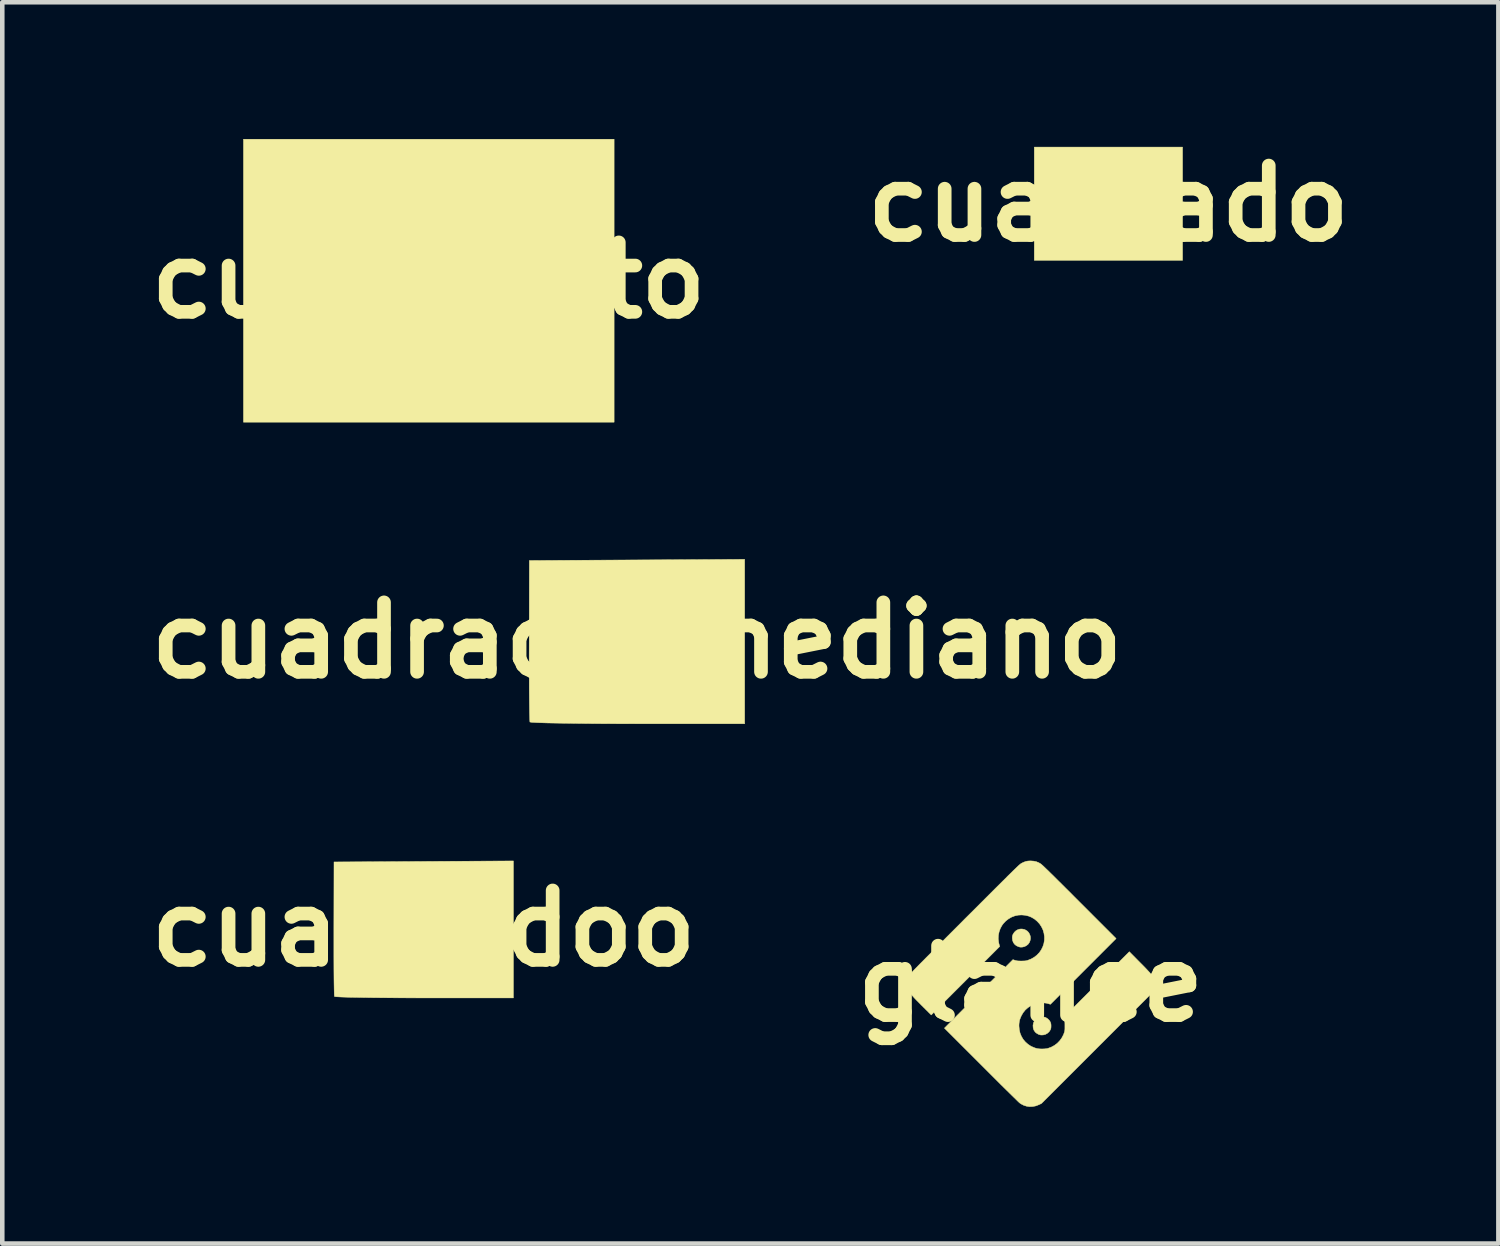
<source format=kicad_pcb>
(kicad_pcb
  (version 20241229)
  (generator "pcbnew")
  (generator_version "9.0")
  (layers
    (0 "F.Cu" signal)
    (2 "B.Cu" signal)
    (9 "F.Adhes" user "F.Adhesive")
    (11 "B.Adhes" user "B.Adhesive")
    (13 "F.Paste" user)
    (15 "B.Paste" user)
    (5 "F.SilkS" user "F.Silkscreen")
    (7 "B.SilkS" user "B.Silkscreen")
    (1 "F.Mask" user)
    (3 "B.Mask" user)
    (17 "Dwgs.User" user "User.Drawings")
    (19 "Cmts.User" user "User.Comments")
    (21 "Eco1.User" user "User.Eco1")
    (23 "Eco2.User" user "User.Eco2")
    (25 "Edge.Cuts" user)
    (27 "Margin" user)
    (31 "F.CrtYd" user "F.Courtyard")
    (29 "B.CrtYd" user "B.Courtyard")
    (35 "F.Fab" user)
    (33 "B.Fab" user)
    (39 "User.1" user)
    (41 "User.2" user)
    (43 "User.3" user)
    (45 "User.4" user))
  (footprint "glance"
    (layer "F.Cu")
    (at 19.568 18.538)
    (property "Reference" "glance" (at 0 0 0) (layer "F.SilkS") (effects (font (size 1.524 1.524) (thickness 0.3))))
    (attr through_hole)
    (fp_poly (pts (xy -0.142 -1.192) (xy -0.12 -1.183) (xy -0.079 -1.159) (xy -0.046 -1.126) (xy -0.023 -1.087) (xy -0.008 -1.045) (xy -0.003 -1) (xy -0.009 -0.956) (xy -0.024 -0.912) (xy -0.05 -0.873) (xy -0.061 -0.861) (xy -0.098 -0.833) (xy -0.14 -0.813) (xy -0.186 -0.803) (xy -0.231 -0.803) (xy -0.265 -0.812) (xy -0.313 -0.834) (xy -0.351 -0.865) (xy -0.379 -0.903) (xy -0.396 -0.948) (xy -0.403 -1) (xy -0.403 -1.003) (xy -0.402 -1.032) (xy -0.398 -1.054) (xy -0.391 -1.075) (xy -0.385 -1.087) (xy -0.358 -1.129) (xy -0.323 -1.162) (xy -0.283 -1.185) (xy -0.237 -1.199) (xy -0.19 -1.201) (xy -0.142 -1.192)) (stroke (width 0.01) (type solid)) (fill yes) (layer "F.SilkS"))
    (fp_poly (pts (xy 0.288 0.729) (xy 0.326 0.74) (xy 0.331 0.742) (xy 0.375 0.77) (xy 0.41 0.805) (xy 0.43 0.837) (xy 0.439 0.858) (xy 0.444 0.876) (xy 0.447 0.898) (xy 0.448 0.927) (xy 0.448 0.927) (xy 0.447 0.958) (xy 0.444 0.98) (xy 0.438 0.999) (xy 0.432 1.013) (xy 0.405 1.054) (xy 0.369 1.087) (xy 0.327 1.111) (xy 0.28 1.124) (xy 0.231 1.126) (xy 0.215 1.124) (xy 0.177 1.113) (xy 0.14 1.093) (xy 0.108 1.069) (xy 0.098 1.058) (xy 0.071 1.018) (xy 0.056 0.972) (xy 0.052 0.921) (xy 0.052 0.914) (xy 0.061 0.864) (xy 0.081 0.819) (xy 0.111 0.782) (xy 0.151 0.752) (xy 0.164 0.745) (xy 0.202 0.732) (xy 0.245 0.726) (xy 0.288 0.729)) (stroke (width 0.01) (type solid)) (fill yes) (layer "F.SilkS"))
    (fp_poly (pts (xy 0.068 -2.69) (xy 0.127 -2.677) (xy 0.181 -2.654) (xy 0.224 -2.629) (xy 0.232 -2.622) (xy 0.245 -2.611) (xy 0.263 -2.595) (xy 0.287 -2.573) (xy 0.315 -2.546) (xy 0.349 -2.513) (xy 0.39 -2.474) (xy 0.436 -2.428) (xy 0.49 -2.376) (xy 0.55 -2.316) (xy 0.617 -2.249) (xy 0.692 -2.175) (xy 0.774 -2.093) (xy 0.865 -2.003) (xy 0.963 -1.904) (xy 1.071 -1.796) (xy 1.073 -1.794) (xy 1.876 -0.991) (xy 0.434 0.452) (xy 0.39 0.438) (xy 0.344 0.427) (xy 0.291 0.421) (xy 0.235 0.42) (xy 0.182 0.424) (xy 0.152 0.428) (xy 0.076 0.45) (xy 0.005 0.482) (xy -0.059 0.525) (xy -0.117 0.576) (xy -0.165 0.636) (xy -0.203 0.701) (xy -0.225 0.751) (xy -0.241 0.796) (xy -0.25 0.84) (xy -0.255 0.887) (xy -0.256 0.927) (xy -0.249 1.008) (xy -0.232 1.084) (xy -0.203 1.155) (xy -0.164 1.221) (xy -0.115 1.279) (xy -0.057 1.33) (xy 0.008 1.373) (xy 0.082 1.405) (xy 0.119 1.417) (xy 0.158 1.426) (xy 0.206 1.431) (xy 0.256 1.432) (xy 0.306 1.43) (xy 0.351 1.425) (xy 0.375 1.42) (xy 0.451 1.393) (xy 0.521 1.355) (xy 0.584 1.308) (xy 0.639 1.251) (xy 0.686 1.186) (xy 0.723 1.114) (xy 0.734 1.083) (xy 0.741 1.063) (xy 0.746 1.046) (xy 0.749 1.028) (xy 0.751 1.008) (xy 0.752 0.982) (xy 0.752 0.947) (xy 0.752 0.927) (xy 0.752 0.886) (xy 0.751 0.855) (xy 0.75 0.832) (xy 0.747 0.813) (xy 0.743 0.796) (xy 0.738 0.781) (xy 0.724 0.74) (xy 2.166 -0.702) (xy 2.392 -0.473) (xy 2.454 -0.411) (xy 2.506 -0.358) (xy 2.549 -0.313) (xy 2.584 -0.275) (xy 2.611 -0.246) (xy 2.629 -0.224) (xy 2.64 -0.209) (xy 2.64 -0.208) (xy 2.672 -0.143) (xy 2.691 -0.075) (xy 2.698 -0.005) (xy 2.692 0.065) (xy 2.674 0.134) (xy 2.654 0.184) (xy 2.628 0.238) (xy 0.238 2.628) (xy 0.184 2.654) (xy 0.116 2.681) (xy 0.046 2.695) (xy -0.024 2.698) (xy -0.086 2.689) (xy -0.148 2.67) (xy -0.208 2.639) (xy -0.237 2.62) (xy -0.246 2.612) (xy -0.263 2.597) (xy -0.288 2.573) (xy -0.32 2.541) (xy -0.36 2.502) (xy -0.406 2.457) (xy -0.459 2.405) (xy -0.517 2.348) (xy -0.58 2.286) (xy -0.648 2.219) (xy -0.72 2.147) (xy -0.795 2.072) (xy -0.874 1.993) (xy -0.956 1.911) (xy -1.04 1.827) (xy -1.084 1.783) (xy -1.892 0.975) (xy -1.141 0.223) (xy -0.389 -0.528) (xy -0.342 -0.513) (xy -0.321 -0.507) (xy -0.301 -0.503) (xy -0.278 -0.5) (xy -0.251 -0.499) (xy -0.214 -0.498) (xy -0.203 -0.498) (xy -0.164 -0.499) (xy -0.134 -0.5) (xy -0.111 -0.502) (xy -0.09 -0.506) (xy -0.069 -0.512) (xy -0.064 -0.513) (xy 0.012 -0.543) (xy 0.08 -0.582) (xy 0.14 -0.63) (xy 0.192 -0.684) (xy 0.234 -0.745) (xy 0.267 -0.812) (xy 0.29 -0.882) (xy 0.302 -0.955) (xy 0.303 -1.031) (xy 0.292 -1.108) (xy 0.271 -1.181) (xy 0.238 -1.25) (xy 0.196 -1.313) (xy 0.144 -1.37) (xy 0.085 -1.419) (xy 0.019 -1.458) (xy -0.041 -1.483) (xy -0.118 -1.502) (xy -0.196 -1.509) (xy -0.272 -1.505) (xy -0.347 -1.489) (xy -0.418 -1.462) (xy -0.484 -1.424) (xy -0.545 -1.377) (xy -0.599 -1.32) (xy -0.629 -1.279) (xy -0.666 -1.211) (xy -0.692 -1.138) (xy -0.707 -1.062) (xy -0.711 -0.984) (xy -0.702 -0.907) (xy -0.692 -0.864) (xy -0.679 -0.817) (xy -1.43 -0.065) (xy -2.181 0.686) (xy -2.39 0.478) (xy -2.445 0.422) (xy -2.493 0.374) (xy -2.533 0.333) (xy -2.566 0.297) (xy -2.593 0.267) (xy -2.615 0.241) (xy -2.632 0.217) (xy -2.646 0.196) (xy -2.657 0.175) (xy -2.666 0.155) (xy -2.674 0.134) (xy -2.677 0.125) (xy -2.686 0.097) (xy -2.691 0.072) (xy -2.694 0.044) (xy -2.695 0.01) (xy -2.695 0.003) (xy -2.694 -0.042) (xy -2.689 -0.081) (xy -2.679 -0.118) (xy -2.664 -0.156) (xy -2.646 -0.194) (xy -2.644 -0.199) (xy -2.641 -0.204) (xy -2.637 -0.21) (xy -2.632 -0.217) (xy -2.626 -0.225) (xy -2.619 -0.234) (xy -2.61 -0.245) (xy -2.598 -0.258) (xy -2.584 -0.273) (xy -2.567 -0.292) (xy -2.547 -0.313) (xy -2.523 -0.338) (xy -2.495 -0.366) (xy -2.463 -0.399) (xy -2.427 -0.436) (xy -2.386 -0.477) (xy -2.339 -0.524) (xy -2.288 -0.576) (xy -2.23 -0.634) (xy -2.166 -0.698) (xy -2.096 -0.769) (xy -2.019 -0.846) (xy -1.934 -0.93) (xy -1.843 -1.022) (xy -1.743 -1.122) (xy -1.636 -1.229) (xy -1.52 -1.345) (xy -1.433 -1.433) (xy -1.31 -1.555) (xy -1.197 -1.668) (xy -1.092 -1.773) (xy -0.995 -1.87) (xy -0.905 -1.96) (xy -0.823 -2.042) (xy -0.748 -2.117) (xy -0.679 -2.185) (xy -0.617 -2.247) (xy -0.56 -2.303) (xy -0.51 -2.354) (xy -0.465 -2.398) (xy -0.424 -2.438) (xy -0.389 -2.473) (xy -0.357 -2.504) (xy -0.33 -2.53) (xy -0.306 -2.553) (xy -0.286 -2.572) (xy -0.269 -2.588) (xy -0.254 -2.602) (xy -0.241 -2.613) (xy -0.231 -2.621) (xy -0.222 -2.628) (xy -0.215 -2.634) (xy -0.209 -2.638) (xy -0.203 -2.642) (xy -0.197 -2.644) (xy -0.194 -2.646) (xy -0.15 -2.667) (xy -0.112 -2.681) (xy -0.075 -2.69) (xy -0.036 -2.694) (xy 0.003 -2.695) (xy 0.068 -2.69)) (stroke (width 0.01) (type solid)) (fill yes) (layer "F.SilkS")))
  (footprint "cuadrado"
    (layer "F.Cu")
    (at 21.274 1.418)
    (property "Reference" "cuadrado" (at 0 0 0) (layer "F.SilkS") (effects (font (size 1.524 1.524) (thickness 0.3))))
    (attr through_hole)
    (fp_poly (pts (xy 1.628 1.245) (xy -1.626 1.245) (xy -1.626 -1.24) (xy 1.628 -1.24) (xy 1.628 1.245)) (stroke (width 0.01) (type solid)) (fill yes) (layer "F.SilkS")))
  (footprint "cuadrado_mediano"
    (layer "F.Cu")
    (at 10.929 11.004)
    (property "Reference" "cuadrado_mediano" (at 0 0 0) (layer "F.SilkS") (effects (font (size 1.524 1.524) (thickness 0.3))))
    (attr through_hole)
    (fp_poly (pts (xy 2.363 1.829) (xy 0.016 1.829) (xy -0.462 1.828) (xy -0.909 1.826) (xy -1.313 1.822) (xy -1.665 1.817) (xy -1.955 1.812) (xy -2.172 1.805) (xy -2.307 1.798) (xy -2.35 1.791) (xy -2.354 1.733) (xy -2.358 1.585) (xy -2.361 1.359) (xy -2.364 1.068) (xy -2.365 0.723) (xy -2.366 0.336) (xy -2.365 0) (xy -2.362 -1.753) (xy 0.000178 -1.766) (xy 2.363 -1.779) (xy 2.363 1.829)) (stroke (width 0.01) (type solid)) (fill yes) (layer "F.SilkS")))
  (footprint "cuadradoo"
    (layer "F.Cu")
    (at 6.248 17.326)
    (property "Reference" "cuadradoo" (at 0 0 0) (layer "F.SilkS") (effects (font (size 1.524 1.524) (thickness 0.3))))
    (attr through_hole)
    (fp_poly (pts (xy 1.969 1.524) (xy 0.013 1.524) (xy -0.385 1.523) (xy -0.757 1.521) (xy -1.094 1.518) (xy -1.387 1.514) (xy -1.629 1.51) (xy -1.81 1.504) (xy -1.923 1.498) (xy -1.958 1.492) (xy -1.962 1.444) (xy -1.965 1.321) (xy -1.968 1.133) (xy -1.97 0.89) (xy -1.971 0.602) (xy -1.971 0.28) (xy -1.971 0) (xy -1.968 -1.46) (xy 0.000149 -1.471) (xy 1.969 -1.482) (xy 1.969 1.524)) (stroke (width 0.01) (type solid)) (fill yes) (layer "F.SilkS")))
  (footprint "cuadradito"
    (layer "F.Cu")
    (at 6.357 3.104)
    (property "Reference" "cuadradito" (at 0 0 0) (layer "F.SilkS") (effects (font (size 1.524 1.524) (thickness 0.3))))
    (attr through_hole)
    (fp_poly (pts (xy 4.07 3.111) (xy -4.064 3.111) (xy -4.064 -3.099) (xy 4.07 -3.099) (xy 4.07 3.111)) (stroke (width 0.01) (type solid)) (fill yes) (layer "F.SilkS")))
  (gr_rect
    (start -3 -3)
    (end 29.833 24.241)
    (stroke (width 0.1) (type default))
    (fill no)
    (layer "Edge.Cuts")))
</source>
